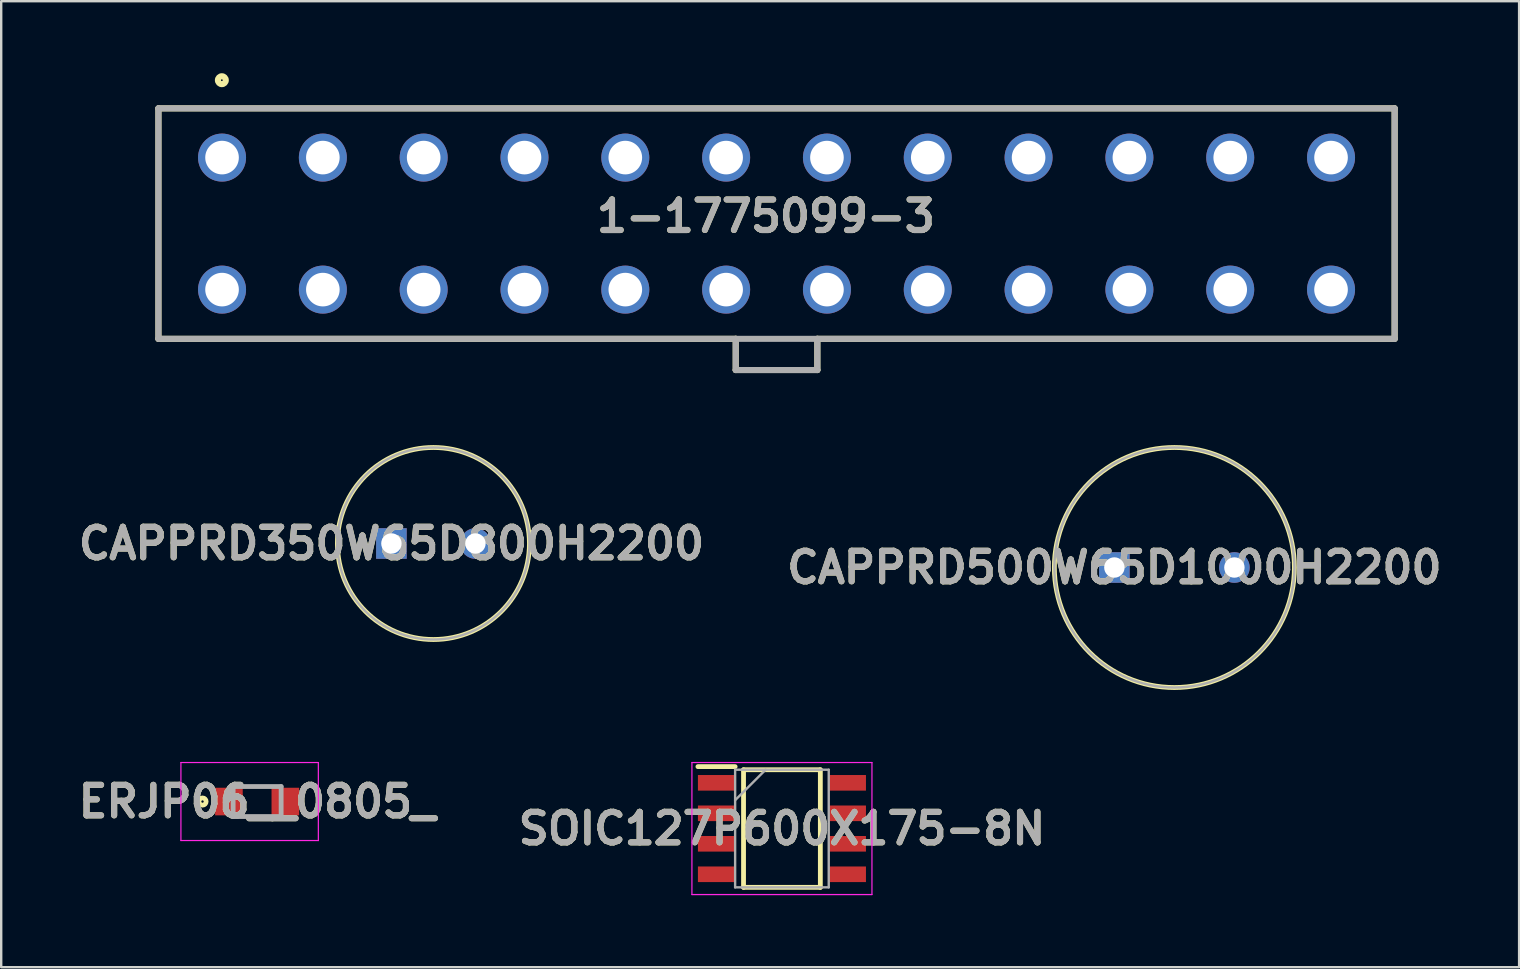
<source format=kicad_pcb>
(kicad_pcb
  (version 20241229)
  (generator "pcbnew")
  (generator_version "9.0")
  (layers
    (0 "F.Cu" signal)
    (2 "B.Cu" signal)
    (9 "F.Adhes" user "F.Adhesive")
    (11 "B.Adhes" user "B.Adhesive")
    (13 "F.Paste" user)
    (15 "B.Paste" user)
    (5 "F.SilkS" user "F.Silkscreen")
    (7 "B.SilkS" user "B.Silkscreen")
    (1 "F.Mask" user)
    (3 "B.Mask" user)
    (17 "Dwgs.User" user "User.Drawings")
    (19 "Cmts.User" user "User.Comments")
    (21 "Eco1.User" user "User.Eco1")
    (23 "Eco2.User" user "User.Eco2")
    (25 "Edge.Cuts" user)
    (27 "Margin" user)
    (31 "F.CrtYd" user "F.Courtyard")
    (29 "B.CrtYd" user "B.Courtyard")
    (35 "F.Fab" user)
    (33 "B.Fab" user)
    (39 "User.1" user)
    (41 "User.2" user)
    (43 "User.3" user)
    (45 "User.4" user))
  (footprint "1-1775099-3"
    (layer "F.Cu")
    (at 29.3 11.065)
    (property "Reference" "1-1775099-3" (at -0.444 -5.108 0) (layer "F.SilkS") (effects (font (size 1.27 1.27) (thickness 0.254))))
    (attr through_hole)
    (fp_line (start -25.75 -9.6) (end 25.75 -9.6) (stroke (width 0.254) (type solid)) (layer "F.SilkS"))
    (fp_line (start -25.75 0) (end -25.75 -9.6) (stroke (width 0.254) (type solid)) (layer "F.SilkS"))
    (fp_line (start -1.7 0) (end -25.75 0) (stroke (width 0.254) (type solid)) (layer "F.SilkS"))
    (fp_line (start -1.7 1.3) (end -1.7 0) (stroke (width 0.254) (type solid)) (layer "F.SilkS"))
    (fp_line (start 1.7 0) (end 1.7 1.3) (stroke (width 0.254) (type solid)) (layer "F.SilkS"))
    (fp_line (start 1.7 1.3) (end -1.7 1.3) (stroke (width 0.254) (type solid)) (layer "F.SilkS"))
    (fp_line (start 25.75 -9.6) (end 25.75 0) (stroke (width 0.254) (type solid)) (layer "F.SilkS"))
    (fp_line (start 25.75 0) (end 1.7 0) (stroke (width 0.254) (type solid)) (layer "F.SilkS"))
    (fp_circle (center -23.108 -10.774) (end -23.108 -10.61) (stroke (width 0.254) (type solid)) (fill no) (layer "F.SilkS"))
    (fp_line (start -25.75 -9.6) (end 25.75 -9.6) (stroke (width 0.254) (type solid)) (layer "F.Fab"))
    (fp_line (start -25.75 0) (end -25.75 -9.6) (stroke (width 0.254) (type solid)) (layer "F.Fab"))
    (fp_line (start -1.7 0) (end -1.7 1.3) (stroke (width 0.254) (type solid)) (layer "F.Fab"))
    (fp_line (start -1.7 1.3) (end 1.7 1.3) (stroke (width 0.254) (type solid)) (layer "F.Fab"))
    (fp_line (start 1.7 1.3) (end 1.7 0) (stroke (width 0.254) (type solid)) (layer "F.Fab"))
    (fp_line (start 25.75 -9.6) (end 25.75 0) (stroke (width 0.254) (type solid)) (layer "F.Fab"))
    (fp_line (start 25.75 0) (end -25.75 0) (stroke (width 0.254) (type solid)) (layer "F.Fab"))
    (fp_text user "${REFERENCE}" (at -0.444 -5.108 0) (layer "F.Fab") (effects (font (size 1.27 1.27) (thickness 0.254))))
    (pad "" np_thru_hole circle (at -27.8 -2.51) (size 0.001 0.001) (drill 3) (layers "*.Cu" "*.Mask"))
    (pad "1" thru_hole circle (at -23.1 -7.55) (size 2 2) (drill 1.4) (layers "*.Cu" "*.Mask"))
    (pad "2" thru_hole circle (at -23.1 -2.05) (size 2 2) (drill 1.4) (layers "*.Cu" "*.Mask"))
    (pad "3" thru_hole circle (at -18.9 -7.55) (size 2 2) (drill 1.4) (layers "*.Cu" "*.Mask"))
    (pad "4" thru_hole circle (at -18.9 -2.05) (size 2 2) (drill 1.4) (layers "*.Cu" "*.Mask"))
    (pad "5" thru_hole circle (at -14.7 -7.55) (size 2 2) (drill 1.4) (layers "*.Cu" "*.Mask"))
    (pad "6" thru_hole circle (at -14.7 -2.05) (size 2 2) (drill 1.4) (layers "*.Cu" "*.Mask"))
    (pad "7" thru_hole circle (at -10.5 -7.55) (size 2 2) (drill 1.4) (layers "*.Cu" "*.Mask"))
    (pad "8" thru_hole circle (at -10.5 -2.05) (size 2 2) (drill 1.4) (layers "*.Cu" "*.Mask"))
    (pad "9" thru_hole circle (at -6.3 -7.55) (size 2 2) (drill 1.4) (layers "*.Cu" "*.Mask"))
    (pad "10" thru_hole circle (at -6.3 -2.05) (size 2 2) (drill 1.4) (layers "*.Cu" "*.Mask"))
    (pad "11" thru_hole circle (at -2.1 -7.55) (size 2 2) (drill 1.4) (layers "*.Cu" "*.Mask"))
    (pad "12" thru_hole circle (at -2.1 -2.05) (size 2 2) (drill 1.4) (layers "*.Cu" "*.Mask"))
    (pad "13" thru_hole circle (at 2.1 -7.55) (size 2 2) (drill 1.4) (layers "*.Cu" "*.Mask"))
    (pad "14" thru_hole circle (at 2.1 -2.05) (size 2 2) (drill 1.4) (layers "*.Cu" "*.Mask"))
    (pad "15" thru_hole circle (at 6.3 -7.55) (size 2 2) (drill 1.4) (layers "*.Cu" "*.Mask"))
    (pad "16" thru_hole circle (at 6.3 -2.05) (size 2 2) (drill 1.4) (layers "*.Cu" "*.Mask"))
    (pad "17" thru_hole circle (at 10.5 -7.55) (size 2 2) (drill 1.4) (layers "*.Cu" "*.Mask"))
    (pad "18" thru_hole circle (at 10.5 -2.05) (size 2 2) (drill 1.4) (layers "*.Cu" "*.Mask"))
    (pad "19" thru_hole circle (at 14.7 -7.55) (size 2 2) (drill 1.4) (layers "*.Cu" "*.Mask"))
    (pad "20" thru_hole circle (at 14.7 -2.05) (size 2 2) (drill 1.4) (layers "*.Cu" "*.Mask"))
    (pad "21" thru_hole circle (at 18.9 -7.55) (size 2 2) (drill 1.4) (layers "*.Cu" "*.Mask"))
    (pad "22" thru_hole circle (at 18.9 -2.05) (size 2 2) (drill 1.4) (layers "*.Cu" "*.Mask"))
    (pad "23" thru_hole circle (at 23.1 -7.55) (size 2 2) (drill 1.4) (layers "*.Cu" "*.Mask"))
    (pad "24" thru_hole circle (at 23.1 -2.05) (size 2 2) (drill 1.4) (layers "*.Cu" "*.Mask")))
  (footprint "SOIC127P600X175-8N"
    (layer "F.Cu")
    (at 29.525 31.467)
    (property "Reference" "SOIC127P600X175-8N" (at 0 0 0) (layer "F.SilkS") (effects (font (size 1.27 1.27) (thickness 0.254))))
    (attr smd)
    (fp_line (start -3.5 -2.58) (end -1.95 -2.58) (stroke (width 0.2) (type solid)) (layer "F.SilkS"))
    (fp_line (start -1.6 -2.45) (end 1.6 -2.45) (stroke (width 0.2) (type solid)) (layer "F.SilkS"))
    (fp_line (start -1.6 2.45) (end -1.6 -2.45) (stroke (width 0.2) (type solid)) (layer "F.SilkS"))
    (fp_line (start 1.6 -2.45) (end 1.6 2.45) (stroke (width 0.2) (type solid)) (layer "F.SilkS"))
    (fp_line (start 1.6 2.45) (end -1.6 2.45) (stroke (width 0.2) (type solid)) (layer "F.SilkS"))
    (fp_line (start -3.75 -2.75) (end 3.75 -2.75) (stroke (width 0.05) (type solid)) (layer "F.CrtYd"))
    (fp_line (start -3.75 2.75) (end -3.75 -2.75) (stroke (width 0.05) (type solid)) (layer "F.CrtYd"))
    (fp_line (start 3.75 -2.75) (end 3.75 2.75) (stroke (width 0.05) (type solid)) (layer "F.CrtYd"))
    (fp_line (start 3.75 2.75) (end -3.75 2.75) (stroke (width 0.05) (type solid)) (layer "F.CrtYd"))
    (fp_line (start -1.95 -2.45) (end 1.95 -2.45) (stroke (width 0.1) (type solid)) (layer "F.Fab"))
    (fp_line (start -1.95 -1.18) (end -0.68 -2.45) (stroke (width 0.1) (type solid)) (layer "F.Fab"))
    (fp_line (start -1.95 2.45) (end -1.95 -2.45) (stroke (width 0.1) (type solid)) (layer "F.Fab"))
    (fp_line (start 1.95 -2.45) (end 1.95 2.45) (stroke (width 0.1) (type solid)) (layer "F.Fab"))
    (fp_line (start 1.95 2.45) (end -1.95 2.45) (stroke (width 0.1) (type solid)) (layer "F.Fab"))
    (fp_text user "${REFERENCE}" (at 0 0 0) (layer "F.Fab") (effects (font (size 1.27 1.27) (thickness 0.254))))
    (pad "1" smd rect (at -2.725 -1.905 90) (size 0.65 1.55) (layers "F.Cu" "F.Mask" "F.Paste"))
    (pad "2" smd rect (at -2.725 -0.635 90) (size 0.65 1.55) (layers "F.Cu" "F.Mask" "F.Paste"))
    (pad "3" smd rect (at -2.725 0.635 90) (size 0.65 1.55) (layers "F.Cu" "F.Mask" "F.Paste"))
    (pad "4" smd rect (at -2.725 1.905 90) (size 0.65 1.55) (layers "F.Cu" "F.Mask" "F.Paste"))
    (pad "5" smd rect (at 2.725 1.905 90) (size 0.65 1.55) (layers "F.Cu" "F.Mask" "F.Paste"))
    (pad "6" smd rect (at 2.725 0.635 90) (size 0.65 1.55) (layers "F.Cu" "F.Mask" "F.Paste"))
    (pad "7" smd rect (at 2.725 -0.635 90) (size 0.65 1.55) (layers "F.Cu" "F.Mask" "F.Paste"))
    (pad "8" smd rect (at 2.725 -1.905 90) (size 0.65 1.55) (layers "F.Cu" "F.Mask" "F.Paste")))
  (footprint "CAPPRD500W65D1000H2200"
    (layer "F.Cu")
    (at 43.374 20.592)
    (property "Reference" "CAPPRD500W65D1000H2200" (at 0 0 0) (layer "F.SilkS") (effects (font (size 1.27 1.27) (thickness 0.254))))
    (attr through_hole)
    (fp_circle (center 2.5 0) (end 2.5 5) (stroke (width 0.2) (type solid)) (fill no) (layer "F.SilkS"))
    (fp_circle (center 2.5 0) (end 2.5 5) (stroke (width 0.1) (type solid)) (fill no) (layer "F.Fab"))
    (fp_text user "${REFERENCE}" (at 0 0 0) (layer "F.Fab") (effects (font (size 1.27 1.27) (thickness 0.254))))
    (pad "1" thru_hole rect (at 0 0) (size 1.275 1.275) (drill 0.85) (layers "*.Cu" "*.Mask"))
    (pad "2" thru_hole circle (at 5 0) (size 1.275 1.275) (drill 0.85) (layers "*.Cu" "*.Mask")))
  (footprint "CAPPRD350W65D800H2200"
    (layer "F.Cu")
    (at 13.256 19.592)
    (property "Reference" "CAPPRD350W65D800H2200" (at 0 0 0) (layer "F.SilkS") (effects (font (size 1.27 1.27) (thickness 0.254))))
    (attr through_hole)
    (fp_circle (center 1.75 0) (end 1.75 4) (stroke (width 0.2) (type solid)) (fill no) (layer "F.SilkS"))
    (fp_circle (center 1.75 0) (end 1.75 4) (stroke (width 0.1) (type solid)) (fill no) (layer "F.Fab"))
    (fp_text user "${REFERENCE}" (at 0 0 0) (layer "F.Fab") (effects (font (size 1.27 1.27) (thickness 0.254))))
    (pad "1" thru_hole rect (at 0 0) (size 1.275 1.275) (drill 0.85) (layers "*.Cu" "*.Mask"))
    (pad "2" thru_hole circle (at 3.5 0) (size 1.275 1.275) (drill 0.85) (layers "*.Cu" "*.Mask")))
  (footprint "ERJP06__0805_"
    (layer "F.Cu")
    (at 7.662 30.342)
    (property "Reference" "ERJP06__0805_" (at 0 0 0) (layer "F.SilkS") (effects (font (size 1.27 1.27) (thickness 0.254))))
    (attr smd)
    (fp_circle (center -2.275 0) (end -2.275 0.05) (stroke (width 0.2) (type solid)) (fill no) (layer "F.SilkS"))
    (fp_line (start -3.175 -1.625) (end 2.55 -1.625) (stroke (width 0.05) (type solid)) (layer "F.CrtYd"))
    (fp_line (start -3.175 1.625) (end -3.175 -1.625) (stroke (width 0.05) (type solid)) (layer "F.CrtYd"))
    (fp_line (start 2.55 -1.625) (end 2.55 1.625) (stroke (width 0.05) (type solid)) (layer "F.CrtYd"))
    (fp_line (start 2.55 1.625) (end -3.175 1.625) (stroke (width 0.05) (type solid)) (layer "F.CrtYd"))
    (fp_line (start -1 -0.625) (end 1 -0.625) (stroke (width 0.2) (type solid)) (layer "F.Fab"))
    (fp_line (start -1 0.625) (end -1 -0.625) (stroke (width 0.2) (type solid)) (layer "F.Fab"))
    (fp_line (start 1 -0.625) (end 1 0.625) (stroke (width 0.2) (type solid)) (layer "F.Fab"))
    (fp_line (start 1 0.625) (end -1 0.625) (stroke (width 0.2) (type solid)) (layer "F.Fab"))
    (fp_text user "${REFERENCE}" (at 0 0 0) (layer "F.Fab") (effects (font (size 1.27 1.27) (thickness 0.254))))
    (pad "1" smd rect (at -1.175 0 90) (size 1.15 1.15) (layers "F.Cu" "F.Mask" "F.Paste"))
    (pad "2" smd rect (at 1.175 0 90) (size 1.15 1.15) (layers "F.Cu" "F.Mask" "F.Paste")))
  (gr_rect
    (start -3 -3)
    (end 60.235 37.242)
    (stroke (width 0.1) (type default))
    (fill no)
    (layer "Edge.Cuts")))
</source>
